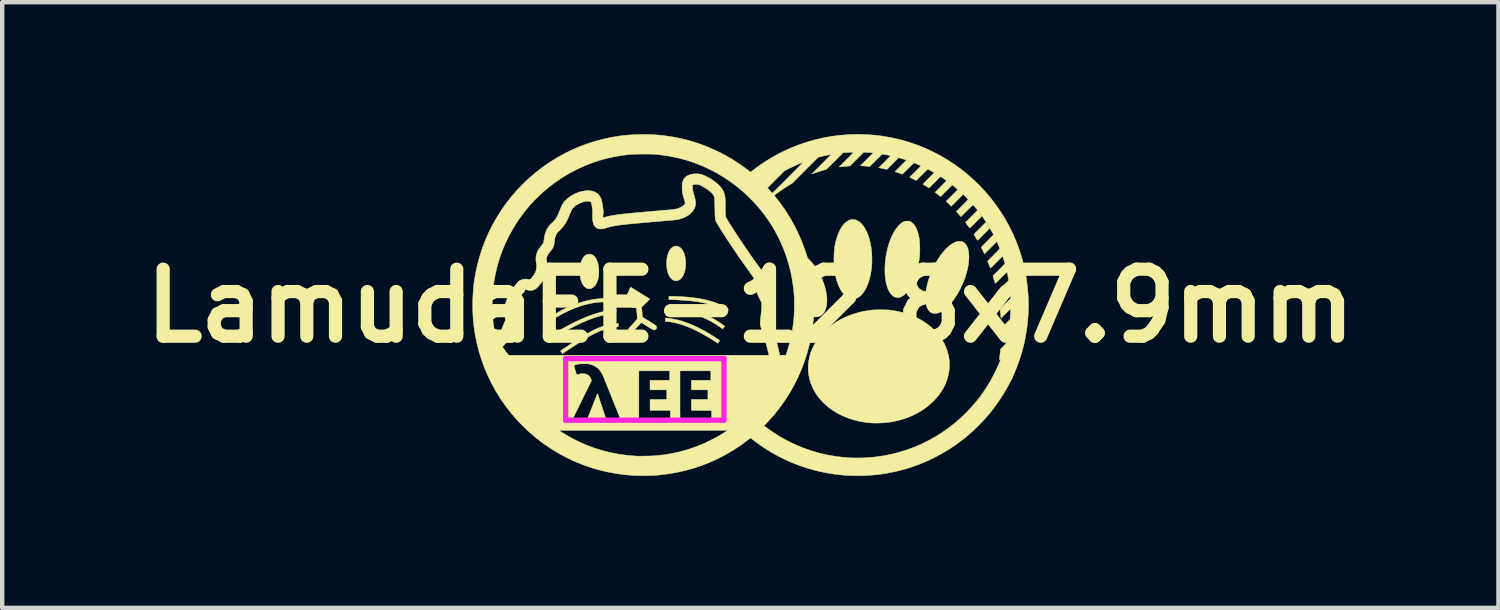
<source format=kicad_pcb>
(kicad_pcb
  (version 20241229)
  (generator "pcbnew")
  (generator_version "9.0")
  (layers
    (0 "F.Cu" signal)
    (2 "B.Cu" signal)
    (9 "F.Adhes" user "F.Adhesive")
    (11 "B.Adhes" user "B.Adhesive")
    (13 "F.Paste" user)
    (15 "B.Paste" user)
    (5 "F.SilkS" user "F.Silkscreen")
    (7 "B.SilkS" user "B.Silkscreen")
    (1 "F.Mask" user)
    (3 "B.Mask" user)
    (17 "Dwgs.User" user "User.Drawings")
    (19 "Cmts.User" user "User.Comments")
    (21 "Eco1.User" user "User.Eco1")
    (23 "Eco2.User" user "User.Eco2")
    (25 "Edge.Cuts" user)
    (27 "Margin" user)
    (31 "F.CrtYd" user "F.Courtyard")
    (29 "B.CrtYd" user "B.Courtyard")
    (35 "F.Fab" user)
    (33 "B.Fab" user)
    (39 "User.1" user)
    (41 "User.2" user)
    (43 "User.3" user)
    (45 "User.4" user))
  (footprint "LamudaEE-12.8x7.9mm"
    (layer "F.Cu")
    (at 14.014 3.906)
    (property "Reference" "LamudaEE-12.8x7.9mm" (at 0 0 0) (layer "F.SilkS") (effects (font (size 1.524 1.524) (thickness 0.3))))
    (attr exclude_from_pos_files exclude_from_bom)
    (fp_poly (pts (xy -1.899 0.277) (xy -1.783 0.293) (xy -1.664 0.317) (xy -1.543 0.351) (xy -1.419 0.394) (xy -1.292 0.446) (xy -1.162 0.508) (xy -1.028 0.579) (xy -0.936 0.633) (xy -0.907 0.651) (xy -0.876 0.67) (xy -0.844 0.69) (xy -0.812 0.71) (xy -0.782 0.73) (xy -0.755 0.747) (xy -0.732 0.763) (xy -0.714 0.775) (xy -0.703 0.783) (xy -0.699 0.787) (xy -0.7 0.792) (xy -0.707 0.804) (xy -0.716 0.819) (xy -0.718 0.821) (xy -0.739 0.851) (xy -0.815 0.801) (xy -0.94 0.722) (xy -1.064 0.65) (xy -1.185 0.585) (xy -1.303 0.528) (xy -1.419 0.478) (xy -1.531 0.437) (xy -1.639 0.403) (xy -1.742 0.378) (xy -1.815 0.365) (xy -1.843 0.362) (xy -1.869 0.359) (xy -1.891 0.356) (xy -1.906 0.356) (xy -1.906 0.356) (xy -1.93 0.356) (xy -1.93 0.274) (xy -1.899 0.277)) (stroke (width 0.01) (type solid)) (fill yes) (layer "F.SilkS"))
    (fp_poly (pts (xy -1.663 -1.359) (xy -1.629 -1.347) (xy -1.596 -1.327) (xy -1.565 -1.297) (xy -1.538 -1.258) (xy -1.524 -1.232) (xy -1.502 -1.179) (xy -1.486 -1.122) (xy -1.476 -1.061) (xy -1.471 -0.998) (xy -1.471 -0.934) (xy -1.476 -0.872) (xy -1.486 -0.812) (xy -1.501 -0.756) (xy -1.521 -0.704) (xy -1.546 -0.66) (xy -1.569 -0.63) (xy -1.599 -0.602) (xy -1.632 -0.582) (xy -1.667 -0.572) (xy -1.703 -0.57) (xy -1.73 -0.576) (xy -1.765 -0.593) (xy -1.797 -0.618) (xy -1.826 -0.652) (xy -1.85 -0.694) (xy -1.871 -0.743) (xy -1.887 -0.797) (xy -1.898 -0.858) (xy -1.904 -0.922) (xy -1.905 -0.964) (xy -1.902 -1.036) (xy -1.894 -1.1) (xy -1.88 -1.159) (xy -1.86 -1.215) (xy -1.851 -1.233) (xy -1.826 -1.277) (xy -1.797 -1.312) (xy -1.765 -1.337) (xy -1.732 -1.354) (xy -1.697 -1.361) (xy -1.663 -1.359)) (stroke (width 0.01) (type solid)) (fill yes) (layer "F.SilkS"))
    (fp_poly (pts (xy 5.381 -1.866) (xy 5.401 -1.834) (xy 5.418 -1.807) (xy 5.43 -1.786) (xy 5.438 -1.771) (xy 5.441 -1.765) (xy 5.437 -1.76) (xy 5.427 -1.749) (xy 5.412 -1.733) (xy 5.391 -1.712) (xy 5.367 -1.687) (xy 5.339 -1.659) (xy 5.309 -1.628) (xy 5.304 -1.624) (xy 5.269 -1.589) (xy 5.241 -1.56) (xy 5.218 -1.538) (xy 5.2 -1.521) (xy 5.187 -1.509) (xy 5.178 -1.501) (xy 5.171 -1.496) (xy 5.166 -1.494) (xy 5.163 -1.495) (xy 5.161 -1.497) (xy 5.16 -1.499) (xy 5.148 -1.518) (xy 5.135 -1.54) (xy 5.121 -1.562) (xy 5.109 -1.583) (xy 5.098 -1.602) (xy 5.09 -1.616) (xy 5.085 -1.624) (xy 5.085 -1.625) (xy 5.089 -1.629) (xy 5.098 -1.64) (xy 5.114 -1.656) (xy 5.134 -1.677) (xy 5.159 -1.702) (xy 5.187 -1.73) (xy 5.217 -1.76) (xy 5.222 -1.765) (xy 5.358 -1.901) (xy 5.381 -1.866)) (stroke (width 0.01) (type solid)) (fill yes) (layer "F.SilkS"))
    (fp_poly (pts (xy -3.625 -1.174) (xy -3.59 -1.16) (xy -3.559 -1.137) (xy -3.53 -1.105) (xy -3.505 -1.067) (xy -3.484 -1.02) (xy -3.467 -0.967) (xy -3.455 -0.909) (xy -3.447 -0.844) (xy -3.446 -0.813) (xy -3.446 -0.737) (xy -3.453 -0.667) (xy -3.466 -0.603) (xy -3.487 -0.543) (xy -3.497 -0.521) (xy -3.521 -0.478) (xy -3.549 -0.443) (xy -3.579 -0.416) (xy -3.612 -0.398) (xy -3.647 -0.389) (xy -3.682 -0.39) (xy -3.688 -0.391) (xy -3.719 -0.401) (xy -3.749 -0.419) (xy -3.775 -0.442) (xy -3.804 -0.478) (xy -3.828 -0.522) (xy -3.848 -0.572) (xy -3.863 -0.627) (xy -3.873 -0.686) (xy -3.879 -0.747) (xy -3.879 -0.809) (xy -3.875 -0.871) (xy -3.865 -0.931) (xy -3.851 -0.987) (xy -3.832 -1.04) (xy -3.807 -1.086) (xy -3.798 -1.099) (xy -3.77 -1.133) (xy -3.74 -1.157) (xy -3.707 -1.172) (xy -3.671 -1.178) (xy -3.662 -1.178) (xy -3.625 -1.174)) (stroke (width 0.01) (type solid)) (fill yes) (layer "F.SilkS"))
    (fp_poly (pts (xy -3.183 -0.171) (xy -3.174 -0.17) (xy -3.114 -0.167) (xy -3.114 -0.135) (xy -3.115 -0.118) (xy -3.116 -0.104) (xy -3.118 -0.099) (xy -3.124 -0.096) (xy -3.138 -0.095) (xy -3.162 -0.094) (xy -3.195 -0.093) (xy -3.237 -0.093) (xy -3.246 -0.093) (xy -3.359 -0.09) (xy -3.465 -0.082) (xy -3.569 -0.068) (xy -3.673 -0.048) (xy -3.78 -0.021) (xy -3.846 -0.002) (xy -3.926 0.025) (xy -4.01 0.058) (xy -4.097 0.095) (xy -4.184 0.135) (xy -4.267 0.177) (xy -4.344 0.22) (xy -4.345 0.22) (xy -4.409 0.258) (xy -4.429 0.225) (xy -4.45 0.191) (xy -4.41 0.168) (xy -4.282 0.095) (xy -4.15 0.031) (xy -4.016 -0.025) (xy -3.88 -0.072) (xy -3.744 -0.111) (xy -3.608 -0.14) (xy -3.473 -0.16) (xy -3.451 -0.162) (xy -3.408 -0.166) (xy -3.361 -0.169) (xy -3.312 -0.171) (xy -3.264 -0.172) (xy -3.22 -0.172) (xy -3.183 -0.171)) (stroke (width 0.01) (type solid)) (fill yes) (layer "F.SilkS"))
    (fp_poly (pts (xy -1.878 0.000052) (xy -1.862 0.001) (xy -1.838 0.002) (xy -1.808 0.005) (xy -1.774 0.008) (xy -1.739 0.011) (xy -1.705 0.015) (xy -1.676 0.018) (xy -1.53 0.041) (xy -1.386 0.073) (xy -1.245 0.114) (xy -1.108 0.164) (xy -0.975 0.222) (xy -0.847 0.288) (xy -0.725 0.362) (xy -0.673 0.398) (xy -0.65 0.414) (xy -0.629 0.429) (xy -0.612 0.442) (xy -0.6 0.451) (xy -0.6 0.451) (xy -0.583 0.466) (xy -0.604 0.493) (xy -0.616 0.507) (xy -0.624 0.517) (xy -0.629 0.522) (xy -0.629 0.522) (xy -0.634 0.519) (xy -0.646 0.512) (xy -0.663 0.501) (xy -0.684 0.486) (xy -0.696 0.478) (xy -0.767 0.429) (xy -0.846 0.381) (xy -0.928 0.335) (xy -1.012 0.292) (xy -1.093 0.254) (xy -1.128 0.24) (xy -1.242 0.198) (xy -1.362 0.161) (xy -1.486 0.13) (xy -1.61 0.106) (xy -1.733 0.09) (xy -1.796 0.084) (xy -1.82 0.082) (xy -1.845 0.08) (xy -1.865 0.078) (xy -1.866 0.078) (xy -1.895 0.075) (xy -1.895 0) (xy -1.878 0.000052)) (stroke (width 0.01) (type solid)) (fill yes) (layer "F.SilkS"))
    (fp_poly (pts (xy -1.777 -0.218) (xy -1.742 -0.217) (xy -1.702 -0.215) (xy -1.659 -0.213) (xy -1.614 -0.211) (xy -1.568 -0.209) (xy -1.522 -0.206) (xy -1.478 -0.203) (xy -1.448 -0.201) (xy -1.306 -0.187) (xy -1.173 -0.168) (xy -1.048 -0.145) (xy -0.931 -0.116) (xy -0.823 -0.082) (xy -0.723 -0.044) (xy -0.63 0.000325) (xy -0.545 0.049) (xy -0.539 0.053) (xy -0.502 0.077) (xy -0.511 0.09) (xy -0.527 0.115) (xy -0.538 0.132) (xy -0.544 0.141) (xy -0.546 0.142) (xy -0.55 0.139) (xy -0.561 0.133) (xy -0.576 0.123) (xy -0.587 0.116) (xy -0.661 0.074) (xy -0.743 0.034) (xy -0.83 -0.001) (xy -0.921 -0.032) (xy -0.941 -0.037) (xy -1.01 -0.056) (xy -1.083 -0.072) (xy -1.159 -0.087) (xy -1.24 -0.1) (xy -1.325 -0.111) (xy -1.418 -0.12) (xy -1.517 -0.128) (xy -1.625 -0.134) (xy -1.742 -0.14) (xy -1.759 -0.14) (xy -1.854 -0.144) (xy -1.854 -0.177) (xy -1.854 -0.195) (xy -1.852 -0.209) (xy -1.85 -0.216) (xy -1.844 -0.217) (xy -1.829 -0.218) (xy -1.806 -0.218) (xy -1.777 -0.218)) (stroke (width 0.01) (type solid)) (fill yes) (layer "F.SilkS"))
    (fp_poly (pts (xy -3.055 0.133) (xy -3.057 0.151) (xy -3.058 0.164) (xy -3.059 0.17) (xy -3.06 0.171) (xy -3.065 0.171) (xy -3.078 0.173) (xy -3.098 0.174) (xy -3.123 0.176) (xy -3.132 0.177) (xy -3.232 0.189) (xy -3.338 0.209) (xy -3.449 0.238) (xy -3.565 0.275) (xy -3.687 0.32) (xy -3.815 0.374) (xy -3.948 0.436) (xy -4.087 0.507) (xy -4.232 0.585) (xy -4.381 0.672) (xy -4.406 0.687) (xy -4.428 0.7) (xy -4.446 0.71) (xy -4.457 0.717) (xy -4.461 0.719) (xy -4.464 0.716) (xy -4.472 0.706) (xy -4.481 0.691) (xy -4.483 0.688) (xy -4.492 0.671) (xy -4.497 0.658) (xy -4.498 0.651) (xy -4.498 0.651) (xy -4.492 0.647) (xy -4.479 0.639) (xy -4.46 0.627) (xy -4.437 0.613) (xy -4.412 0.598) (xy -4.273 0.518) (xy -4.138 0.445) (xy -4.007 0.378) (xy -3.881 0.318) (xy -3.759 0.265) (xy -3.642 0.219) (xy -3.531 0.181) (xy -3.426 0.15) (xy -3.327 0.126) (xy -3.278 0.117) (xy -3.234 0.11) (xy -3.189 0.104) (xy -3.146 0.1) (xy -3.109 0.097) (xy -3.082 0.097) (xy -3.052 0.097) (xy -3.055 0.133)) (stroke (width 0.01) (type solid)) (fill yes) (layer "F.SilkS"))
    (fp_poly (pts (xy -3.002 0.439) (xy -3.002 0.458) (xy -3.003 0.47) (xy -3.006 0.476) (xy -3.01 0.478) (xy -3.014 0.478) (xy -3.072 0.481) (xy -3.136 0.49) (xy -3.204 0.503) (xy -3.271 0.521) (xy -3.312 0.533) (xy -3.36 0.55) (xy -3.407 0.567) (xy -3.454 0.587) (xy -3.501 0.608) (xy -3.551 0.632) (xy -3.602 0.659) (xy -3.656 0.689) (xy -3.715 0.724) (xy -3.778 0.762) (xy -3.846 0.805) (xy -3.92 0.853) (xy -4.002 0.907) (xy -4.036 0.929) (xy -4.077 0.957) (xy -4.116 0.983) (xy -4.153 1.007) (xy -4.185 1.028) (xy -4.213 1.047) (xy -4.235 1.061) (xy -4.25 1.071) (xy -4.258 1.076) (xy -4.277 1.088) (xy -4.297 1.056) (xy -4.308 1.039) (xy -4.313 1.029) (xy -4.314 1.023) (xy -4.311 1.019) (xy -4.309 1.017) (xy -4.299 1.01) (xy -4.281 0.998) (xy -4.257 0.981) (xy -4.227 0.962) (xy -4.193 0.939) (xy -4.155 0.914) (xy -4.115 0.887) (xy -4.072 0.859) (xy -4.03 0.831) (xy -3.987 0.803) (xy -3.946 0.776) (xy -3.907 0.751) (xy -3.872 0.728) (xy -3.841 0.708) (xy -3.815 0.691) (xy -3.795 0.679) (xy -3.785 0.672) (xy -3.683 0.614) (xy -3.586 0.563) (xy -3.495 0.519) (xy -3.407 0.483) (xy -3.323 0.454) (xy -3.241 0.431) (xy -3.162 0.415) (xy -3.083 0.405) (xy -3.058 0.403) (xy -3.002 0.4) (xy -3.002 0.439)) (stroke (width 0.01) (type solid)) (fill yes) (layer "F.SilkS"))
    (fp_poly (pts (xy 4.774 -1.467) (xy 4.799 -1.465) (xy 4.818 -1.46) (xy 4.836 -1.453) (xy 4.841 -1.45) (xy 4.875 -1.426) (xy 4.904 -1.393) (xy 4.928 -1.353) (xy 4.946 -1.306) (xy 4.96 -1.252) (xy 4.968 -1.192) (xy 4.972 -1.127) (xy 4.97 -1.056) (xy 4.963 -0.981) (xy 4.951 -0.903) (xy 4.934 -0.821) (xy 4.912 -0.736) (xy 4.884 -0.649) (xy 4.852 -0.56) (xy 4.843 -0.538) (xy 4.804 -0.45) (xy 4.762 -0.364) (xy 4.716 -0.282) (xy 4.668 -0.205) (xy 4.618 -0.133) (xy 4.566 -0.067) (xy 4.513 -0.008) (xy 4.459 0.045) (xy 4.406 0.089) (xy 4.353 0.125) (xy 4.301 0.151) (xy 4.294 0.154) (xy 4.271 0.162) (xy 4.25 0.167) (xy 4.228 0.17) (xy 4.206 0.171) (xy 4.184 0.171) (xy 4.164 0.171) (xy 4.149 0.169) (xy 4.145 0.168) (xy 4.108 0.151) (xy 4.075 0.125) (xy 4.047 0.09) (xy 4.023 0.049) (xy 4.005 0.000223) (xy 4.001 -0.015) (xy 3.989 -0.083) (xy 3.984 -0.156) (xy 3.985 -0.236) (xy 3.993 -0.321) (xy 4.007 -0.41) (xy 4.028 -0.502) (xy 4.055 -0.597) (xy 4.087 -0.694) (xy 4.106 -0.742) (xy 4.144 -0.832) (xy 4.186 -0.918) (xy 4.232 -1.001) (xy 4.28 -1.08) (xy 4.33 -1.153) (xy 4.383 -1.221) (xy 4.436 -1.282) (xy 4.49 -1.335) (xy 4.544 -1.381) (xy 4.597 -1.417) (xy 4.635 -1.437) (xy 4.674 -1.454) (xy 4.709 -1.464) (xy 4.745 -1.468) (xy 4.774 -1.467)) (stroke (width 0.01) (type solid)) (fill yes) (layer "F.SilkS"))
    (fp_poly (pts (xy 2.355 -1.964) (xy 2.399 -1.954) (xy 2.442 -1.935) (xy 2.485 -1.906) (xy 2.517 -1.878) (xy 2.563 -1.825) (xy 2.605 -1.764) (xy 2.642 -1.694) (xy 2.675 -1.616) (xy 2.703 -1.531) (xy 2.727 -1.437) (xy 2.746 -1.337) (xy 2.756 -1.257) (xy 2.76 -1.22) (xy 2.762 -1.175) (xy 2.764 -1.125) (xy 2.765 -1.073) (xy 2.765 -1.021) (xy 2.764 -0.972) (xy 2.762 -0.927) (xy 2.759 -0.89) (xy 2.759 -0.886) (xy 2.744 -0.776) (xy 2.724 -0.672) (xy 2.699 -0.576) (xy 2.669 -0.489) (xy 2.634 -0.409) (xy 2.594 -0.339) (xy 2.59 -0.332) (xy 2.55 -0.278) (xy 2.509 -0.234) (xy 2.466 -0.199) (xy 2.422 -0.175) (xy 2.377 -0.16) (xy 2.33 -0.155) (xy 2.298 -0.158) (xy 2.254 -0.169) (xy 2.212 -0.19) (xy 2.17 -0.22) (xy 2.131 -0.259) (xy 2.093 -0.305) (xy 2.058 -0.359) (xy 2.025 -0.42) (xy 1.996 -0.488) (xy 1.97 -0.561) (xy 1.948 -0.64) (xy 1.929 -0.724) (xy 1.923 -0.758) (xy 1.915 -0.808) (xy 1.909 -0.854) (xy 1.905 -0.898) (xy 1.902 -0.943) (xy 1.901 -0.99) (xy 1.901 -1.043) (xy 1.901 -1.103) (xy 1.901 -1.104) (xy 1.904 -1.188) (xy 1.91 -1.264) (xy 1.918 -1.334) (xy 1.929 -1.401) (xy 1.944 -1.467) (xy 1.963 -1.534) (xy 1.976 -1.575) (xy 2.004 -1.65) (xy 2.035 -1.718) (xy 2.069 -1.779) (xy 2.105 -1.831) (xy 2.143 -1.874) (xy 2.184 -1.91) (xy 2.225 -1.937) (xy 2.268 -1.955) (xy 2.311 -1.964) (xy 2.355 -1.964)) (stroke (width 0.01) (type solid)) (fill yes) (layer "F.SilkS"))
    (fp_poly (pts (xy 3.568 -1.928) (xy 3.594 -1.927) (xy 3.612 -1.926) (xy 3.625 -1.923) (xy 3.637 -1.918) (xy 3.64 -1.917) (xy 3.68 -1.89) (xy 3.716 -1.854) (xy 3.748 -1.81) (xy 3.777 -1.756) (xy 3.801 -1.694) (xy 3.821 -1.623) (xy 3.838 -1.542) (xy 3.844 -1.506) (xy 3.847 -1.476) (xy 3.85 -1.437) (xy 3.852 -1.393) (xy 3.854 -1.346) (xy 3.855 -1.297) (xy 3.855 -1.25) (xy 3.854 -1.207) (xy 3.852 -1.169) (xy 3.851 -1.161) (xy 3.84 -1.06) (xy 3.825 -0.962) (xy 3.806 -0.867) (xy 3.784 -0.775) (xy 3.757 -0.688) (xy 3.727 -0.605) (xy 3.695 -0.529) (xy 3.66 -0.458) (xy 3.622 -0.394) (xy 3.582 -0.337) (xy 3.54 -0.289) (xy 3.497 -0.249) (xy 3.452 -0.218) (xy 3.431 -0.207) (xy 3.409 -0.198) (xy 3.39 -0.193) (xy 3.368 -0.19) (xy 3.356 -0.19) (xy 3.334 -0.19) (xy 3.316 -0.19) (xy 3.303 -0.192) (xy 3.302 -0.192) (xy 3.263 -0.211) (xy 3.226 -0.238) (xy 3.194 -0.274) (xy 3.164 -0.317) (xy 3.138 -0.368) (xy 3.116 -0.425) (xy 3.097 -0.488) (xy 3.082 -0.557) (xy 3.071 -0.63) (xy 3.063 -0.708) (xy 3.06 -0.789) (xy 3.06 -0.873) (xy 3.065 -0.96) (xy 3.073 -1.048) (xy 3.086 -1.137) (xy 3.103 -1.227) (xy 3.124 -1.317) (xy 3.15 -1.406) (xy 3.16 -1.438) (xy 3.195 -1.532) (xy 3.233 -1.617) (xy 3.274 -1.693) (xy 3.319 -1.76) (xy 3.368 -1.819) (xy 3.385 -1.837) (xy 3.409 -1.86) (xy 3.428 -1.877) (xy 3.446 -1.89) (xy 3.463 -1.901) (xy 3.477 -1.908) (xy 3.496 -1.917) (xy 3.511 -1.923) (xy 3.525 -1.926) (xy 3.541 -1.928) (xy 3.563 -1.928) (xy 3.568 -1.928)) (stroke (width 0.01) (type solid)) (fill yes) (layer "F.SilkS"))
    (fp_poly (pts (xy 3.007 0.089) (xy 3.053 0.09) (xy 3.096 0.091) (xy 3.132 0.093) (xy 3.161 0.095) (xy 3.167 0.095) (xy 3.304 0.116) (xy 3.436 0.144) (xy 3.562 0.18) (xy 3.683 0.224) (xy 3.797 0.275) (xy 3.905 0.335) (xy 3.935 0.354) (xy 4.033 0.421) (xy 4.123 0.494) (xy 4.204 0.572) (xy 4.277 0.653) (xy 4.341 0.74) (xy 4.396 0.83) (xy 4.441 0.924) (xy 4.478 1.021) (xy 4.505 1.122) (xy 4.519 1.2) (xy 4.522 1.231) (xy 4.524 1.268) (xy 4.526 1.311) (xy 4.526 1.355) (xy 4.525 1.397) (xy 4.524 1.436) (xy 4.521 1.467) (xy 4.521 1.468) (xy 4.503 1.571) (xy 4.475 1.672) (xy 4.438 1.771) (xy 4.391 1.867) (xy 4.335 1.959) (xy 4.27 2.049) (xy 4.195 2.134) (xy 4.161 2.169) (xy 4.069 2.253) (xy 3.97 2.331) (xy 3.864 2.4) (xy 3.752 2.462) (xy 3.634 2.517) (xy 3.51 2.563) (xy 3.382 2.601) (xy 3.248 2.631) (xy 3.235 2.634) (xy 3.166 2.645) (xy 3.091 2.653) (xy 3.013 2.66) (xy 2.934 2.664) (xy 2.857 2.665) (xy 2.786 2.664) (xy 2.746 2.662) (xy 2.608 2.647) (xy 2.475 2.624) (xy 2.347 2.592) (xy 2.223 2.552) (xy 2.105 2.504) (xy 1.992 2.448) (xy 1.885 2.383) (xy 1.785 2.311) (xy 1.742 2.277) (xy 1.66 2.202) (xy 1.586 2.122) (xy 1.521 2.038) (xy 1.464 1.951) (xy 1.417 1.86) (xy 1.378 1.766) (xy 1.348 1.67) (xy 1.328 1.572) (xy 1.317 1.473) (xy 1.316 1.372) (xy 1.325 1.272) (xy 1.343 1.171) (xy 1.37 1.074) (xy 1.407 0.976) (xy 1.455 0.88) (xy 1.511 0.788) (xy 1.577 0.699) (xy 1.651 0.614) (xy 1.734 0.533) (xy 1.825 0.457) (xy 1.853 0.436) (xy 1.956 0.365) (xy 2.066 0.302) (xy 2.182 0.247) (xy 2.304 0.199) (xy 2.431 0.159) (xy 2.562 0.127) (xy 2.697 0.104) (xy 2.761 0.096) (xy 2.789 0.093) (xy 2.824 0.092) (xy 2.866 0.09) (xy 2.911 0.089) (xy 2.959 0.089) (xy 3.007 0.089)) (stroke (width 0.01) (type solid)) (fill yes) (layer "F.SilkS"))
    (fp_poly (pts (xy -2.718 -0.423) (xy -2.705 -0.415) (xy -2.685 -0.403) (xy -2.659 -0.387) (xy -2.628 -0.368) (xy -2.593 -0.346) (xy -2.554 -0.322) (xy -2.512 -0.295) (xy -2.502 -0.29) (xy -2.286 -0.155) (xy -2.379 -0.064) (xy -2.473 0.028) (xy -2.463 0.142) (xy -2.461 0.174) (xy -2.458 0.204) (xy -2.456 0.228) (xy -2.454 0.245) (xy -2.453 0.255) (xy -2.452 0.256) (xy -2.448 0.259) (xy -2.436 0.267) (xy -2.417 0.278) (xy -2.393 0.294) (xy -2.363 0.312) (xy -2.331 0.332) (xy -2.301 0.35) (xy -2.266 0.372) (xy -2.233 0.393) (xy -2.203 0.412) (xy -2.178 0.428) (xy -2.159 0.441) (xy -2.147 0.449) (xy -2.143 0.453) (xy -2.133 0.471) (xy -2.131 0.493) (xy -2.136 0.514) (xy -2.147 0.532) (xy -2.159 0.541) (xy -2.169 0.546) (xy -2.178 0.548) (xy -2.187 0.548) (xy -2.198 0.546) (xy -2.212 0.541) (xy -2.23 0.532) (xy -2.253 0.519) (xy -2.282 0.502) (xy -2.317 0.48) (xy -2.339 0.467) (xy -2.373 0.446) (xy -2.403 0.427) (xy -2.43 0.411) (xy -2.452 0.398) (xy -2.468 0.388) (xy -2.478 0.384) (xy -2.479 0.383) (xy -2.485 0.386) (xy -2.496 0.397) (xy -2.513 0.414) (xy -2.535 0.437) (xy -2.561 0.465) (xy -2.588 0.495) (xy -2.614 0.524) (xy -2.639 0.551) (xy -2.66 0.574) (xy -2.678 0.593) (xy -2.692 0.606) (xy -2.7 0.614) (xy -2.701 0.614) (xy -2.724 0.619) (xy -2.747 0.615) (xy -2.757 0.61) (xy -2.773 0.597) (xy -2.782 0.58) (xy -2.784 0.56) (xy -2.784 0.553) (xy -2.783 0.547) (xy -2.781 0.541) (xy -2.777 0.533) (xy -2.77 0.524) (xy -2.76 0.511) (xy -2.746 0.495) (xy -2.728 0.473) (xy -2.703 0.446) (xy -2.673 0.413) (xy -2.672 0.411) (xy -2.648 0.384) (xy -2.626 0.36) (xy -2.606 0.338) (xy -2.591 0.321) (xy -2.581 0.309) (xy -2.576 0.304) (xy -2.574 0.299) (xy -2.573 0.292) (xy -2.572 0.281) (xy -2.573 0.264) (xy -2.574 0.241) (xy -2.576 0.209) (xy -2.578 0.177) (xy -2.581 0.142) (xy -2.584 0.111) (xy -2.587 0.085) (xy -2.59 0.066) (xy -2.592 0.055) (xy -2.593 0.053) (xy -2.599 0.05) (xy -2.614 0.046) (xy -2.636 0.04) (xy -2.665 0.034) (xy -2.698 0.026) (xy -2.734 0.018) (xy -2.746 0.015) (xy -2.783 0.007) (xy -2.817 -0.001) (xy -2.847 -0.007) (xy -2.871 -0.013) (xy -2.888 -0.017) (xy -2.896 -0.02) (xy -2.897 -0.02) (xy -2.896 -0.026) (xy -2.891 -0.039) (xy -2.884 -0.059) (xy -2.873 -0.085) (xy -2.86 -0.116) (xy -2.846 -0.15) (xy -2.831 -0.186) (xy -2.815 -0.224) (xy -2.798 -0.261) (xy -2.782 -0.297) (xy -2.767 -0.331) (xy -2.754 -0.362) (xy -2.742 -0.388) (xy -2.732 -0.408) (xy -2.726 -0.421) (xy -2.723 -0.426) (xy -2.722 -0.426) (xy -2.718 -0.423)) (stroke (width 0.01) (type solid)) (fill yes) (layer "F.SilkS"))
    (fp_poly (pts (xy 2.644 -3.896) (xy 2.84 -3.881) (xy 3.036 -3.856) (xy 3.232 -3.82) (xy 3.236 -3.82) (xy 3.426 -3.775) (xy 3.612 -3.721) (xy 3.795 -3.658) (xy 3.973 -3.587) (xy 4.147 -3.506) (xy 4.317 -3.418) (xy 4.482 -3.321) (xy 4.641 -3.217) (xy 4.795 -3.105) (xy 4.944 -2.985) (xy 5.086 -2.859) (xy 5.222 -2.726) (xy 5.351 -2.587) (xy 5.474 -2.441) (xy 5.589 -2.29) (xy 5.698 -2.132) (xy 5.798 -1.97) (xy 5.891 -1.802) (xy 5.975 -1.629) (xy 6.051 -1.452) (xy 6.118 -1.27) (xy 6.176 -1.085) (xy 6.2 -0.996) (xy 6.245 -0.801) (xy 6.28 -0.605) (xy 6.305 -0.408) (xy 6.32 -0.211) (xy 6.325 -0.013) (xy 6.319 0.185) (xy 6.304 0.383) (xy 6.278 0.581) (xy 6.242 0.778) (xy 6.236 0.81) (xy 6.207 0.931) (xy 6.173 1.057) (xy 6.133 1.184) (xy 6.09 1.31) (xy 6.044 1.432) (xy 5.996 1.546) (xy 5.989 1.562) (xy 5.978 1.587) (xy 5.968 1.61) (xy 5.96 1.63) (xy 5.956 1.642) (xy 5.956 1.644) (xy 5.952 1.657) (xy 5.947 1.665) (xy 5.946 1.665) (xy 5.941 1.671) (xy 5.933 1.684) (xy 5.924 1.701) (xy 5.918 1.712) (xy 5.849 1.843) (xy 5.772 1.975) (xy 5.689 2.107) (xy 5.602 2.234) (xy 5.512 2.356) (xy 5.448 2.436) (xy 5.325 2.579) (xy 5.194 2.717) (xy 5.056 2.849) (xy 4.913 2.974) (xy 4.859 3.018) (xy 4.703 3.136) (xy 4.541 3.247) (xy 4.374 3.348) (xy 4.203 3.441) (xy 4.027 3.525) (xy 3.848 3.6) (xy 3.665 3.666) (xy 3.478 3.723) (xy 3.289 3.77) (xy 3.098 3.808) (xy 2.904 3.836) (xy 2.709 3.854) (xy 2.512 3.863) (xy 2.314 3.861) (xy 2.294 3.861) (xy 2.098 3.848) (xy 1.903 3.826) (xy 1.71 3.794) (xy 1.519 3.752) (xy 1.33 3.701) (xy 1.144 3.641) (xy 0.962 3.571) (xy 0.784 3.492) (xy 0.61 3.404) (xy 0.518 3.353) (xy 0.411 3.289) (xy 0.305 3.221) (xy 0.201 3.15) (xy 0.102 3.078) (xy 0.039 3.029) (xy 0.005 3.002) (xy -0.06 3.052) (xy -0.219 3.17) (xy -0.384 3.278) (xy -0.553 3.378) (xy -0.727 3.469) (xy -0.904 3.55) (xy -1.086 3.623) (xy -1.272 3.686) (xy -1.461 3.739) (xy -1.654 3.784) (xy -1.85 3.818) (xy -2.048 3.844) (xy -2.192 3.856) (xy -2.226 3.857) (xy -2.268 3.859) (xy -2.316 3.86) (xy -2.369 3.86) (xy -2.423 3.861) (xy -2.479 3.86) (xy -2.532 3.86) (xy -2.583 3.859) (xy -2.627 3.858) (xy -2.665 3.856) (xy -2.675 3.856) (xy -2.875 3.838) (xy -3.073 3.81) (xy -3.267 3.773) (xy -3.459 3.726) (xy -3.647 3.67) (xy -3.832 3.604) (xy -4.013 3.529) (xy -4.19 3.445) (xy -4.363 3.351) (xy -4.531 3.248) (xy -4.696 3.137) (xy -4.763 3.087) (xy -4.918 2.964) (xy -5.066 2.834) (xy -5.071 2.83) (xy -4.356 2.83) (xy -4.315 2.857) (xy -4.297 2.869) (xy -4.272 2.885) (xy -4.243 2.902) (xy -4.214 2.92) (xy -4.198 2.93) (xy -4.036 3.022) (xy -3.87 3.104) (xy -3.701 3.177) (xy -3.528 3.24) (xy -3.352 3.294) (xy -3.173 3.338) (xy -2.989 3.373) (xy -2.802 3.399) (xy -2.611 3.415) (xy -2.601 3.416) (xy -2.577 3.417) (xy -2.545 3.417) (xy -2.506 3.417) (xy -2.462 3.417) (xy -2.414 3.416) (xy -2.365 3.415) (xy -2.316 3.414) (xy -2.269 3.413) (xy -2.226 3.411) (xy -2.188 3.41) (xy -2.156 3.408) (xy -2.139 3.406) (xy -1.96 3.386) (xy -1.786 3.357) (xy -1.617 3.32) (xy -1.451 3.275) (xy -1.286 3.221) (xy -1.122 3.158) (xy -1.119 3.157) (xy -1.081 3.141) (xy -1.037 3.121) (xy -0.987 3.097) (xy -0.936 3.072) (xy -0.883 3.046) (xy -0.832 3.02) (xy -0.785 2.995) (xy -0.744 2.973) (xy -0.726 2.963) (xy -0.7 2.948) (xy -0.672 2.931) (xy -0.643 2.913) (xy -0.614 2.895) (xy -0.587 2.878) (xy -0.563 2.863) (xy -0.542 2.849) (xy -0.527 2.839) (xy -0.519 2.833) (xy -0.518 2.832) (xy -0.523 2.831) (xy -0.538 2.831) (xy -0.562 2.831) (xy -0.596 2.831) (xy -0.638 2.831) (xy -0.688 2.831) (xy -0.747 2.831) (xy -0.813 2.831) (xy -0.887 2.83) (xy -0.968 2.83) (xy -1.055 2.83) (xy -1.149 2.83) (xy -1.249 2.83) (xy -1.354 2.83) (xy -1.464 2.83) (xy -1.58 2.83) (xy -1.7 2.83) (xy -1.824 2.83) (xy -1.952 2.83) (xy -2.084 2.83) (xy -2.218 2.83) (xy -2.356 2.83) (xy -2.437 2.83) (xy -4.356 2.83) (xy -5.071 2.83) (xy -5.177 2.727) (xy 0.309 2.727) (xy 0.367 2.77) (xy 0.52 2.878) (xy 0.679 2.978) (xy 0.842 3.068) (xy 1.01 3.15) (xy 1.181 3.222) (xy 1.356 3.285) (xy 1.534 3.339) (xy 1.704 3.38) (xy 1.804 3.4) (xy 1.903 3.417) (xy 2.003 3.431) (xy 2.108 3.443) (xy 2.219 3.452) (xy 2.283 3.456) (xy 2.309 3.457) (xy 2.343 3.458) (xy 2.383 3.458) (xy 2.427 3.458) (xy 2.473 3.458) (xy 2.518 3.458) (xy 2.56 3.457) (xy 2.598 3.456) (xy 2.629 3.455) (xy 2.634 3.454) (xy 2.824 3.438) (xy 3.012 3.412) (xy 3.196 3.377) (xy 3.377 3.331) (xy 3.555 3.276) (xy 3.73 3.212) (xy 3.901 3.138) (xy 4.069 3.054) (xy 4.233 2.961) (xy 4.376 2.87) (xy 4.519 2.769) (xy 4.657 2.66) (xy 4.792 2.542) (xy 4.92 2.418) (xy 5.043 2.287) (xy 5.158 2.152) (xy 5.233 2.055) (xy 5.324 1.926) (xy 5.411 1.79) (xy 5.493 1.648) (xy 5.568 1.504) (xy 5.635 1.36) (xy 5.67 1.276) (xy 5.679 1.253) (xy 5.687 1.233) (xy 5.692 1.218) (xy 5.695 1.211) (xy 5.695 1.211) (xy 5.692 1.211) (xy 5.684 1.217) (xy 5.683 1.219) (xy 5.671 1.23) (xy 5.668 1.216) (xy 5.668 1.207) (xy 5.669 1.19) (xy 5.671 1.166) (xy 5.673 1.137) (xy 5.677 1.104) (xy 5.678 1.093) (xy 5.691 0.983) (xy 5.749 0.924) (xy 5.808 0.865) (xy 5.82 0.815) (xy 5.825 0.791) (xy 5.832 0.763) (xy 5.838 0.733) (xy 5.845 0.701) (xy 5.852 0.67) (xy 5.857 0.641) (xy 5.862 0.616) (xy 5.866 0.598) (xy 5.867 0.587) (xy 5.867 0.585) (xy 5.864 0.586) (xy 5.854 0.593) (xy 5.839 0.607) (xy 5.82 0.625) (xy 5.796 0.648) (xy 5.787 0.657) (xy 5.707 0.737) (xy 5.709 0.621) (xy 5.71 0.505) (xy 5.809 0.406) (xy 5.907 0.307) (xy 5.91 0.263) (xy 5.911 0.241) (xy 5.913 0.212) (xy 5.915 0.18) (xy 5.916 0.148) (xy 5.916 0.141) (xy 5.919 0.064) (xy 5.81 0.172) (xy 5.701 0.281) (xy 5.698 0.253) (xy 5.696 0.238) (xy 5.694 0.216) (xy 5.691 0.189) (xy 5.688 0.159) (xy 5.687 0.15) (xy 5.679 0.074) (xy 5.919 -0.166) (xy 5.913 -0.252) (xy 5.911 -0.282) (xy 5.908 -0.31) (xy 5.906 -0.333) (xy 5.905 -0.35) (xy 5.904 -0.357) (xy 5.9 -0.376) (xy 5.776 -0.251) (xy 5.652 -0.127) (xy 5.633 -0.222) (xy 5.614 -0.318) (xy 5.874 -0.578) (xy 5.87 -0.605) (xy 5.868 -0.62) (xy 5.864 -0.642) (xy 5.86 -0.666) (xy 5.855 -0.693) (xy 5.85 -0.718) (xy 5.845 -0.74) (xy 5.842 -0.757) (xy 5.839 -0.767) (xy 5.839 -0.767) (xy 5.835 -0.766) (xy 5.824 -0.757) (xy 5.806 -0.741) (xy 5.781 -0.718) (xy 5.749 -0.687) (xy 5.711 -0.649) (xy 5.702 -0.64) (xy 5.668 -0.606) (xy 5.64 -0.578) (xy 5.618 -0.556) (xy 5.6 -0.539) (xy 5.588 -0.528) (xy 5.578 -0.52) (xy 5.572 -0.516) (xy 5.569 -0.515) (xy 5.566 -0.516) (xy 5.565 -0.519) (xy 5.565 -0.521) (xy 5.562 -0.531) (xy 5.557 -0.549) (xy 5.55 -0.572) (xy 5.543 -0.598) (xy 5.539 -0.61) (xy 5.517 -0.683) (xy 5.655 -0.821) (xy 5.792 -0.959) (xy 5.767 -1.041) (xy 5.758 -1.068) (xy 5.75 -1.092) (xy 5.744 -1.111) (xy 5.74 -1.123) (xy 5.738 -1.127) (xy 5.734 -1.124) (xy 5.723 -1.115) (xy 5.707 -1.1) (xy 5.686 -1.08) (xy 5.662 -1.056) (xy 5.634 -1.029) (xy 5.603 -0.998) (xy 5.598 -0.993) (xy 5.568 -0.963) (xy 5.539 -0.935) (xy 5.514 -0.91) (xy 5.493 -0.889) (xy 5.476 -0.873) (xy 5.465 -0.863) (xy 5.46 -0.859) (xy 5.46 -0.859) (xy 5.457 -0.864) (xy 5.452 -0.877) (xy 5.444 -0.896) (xy 5.434 -0.92) (xy 5.427 -0.94) (xy 5.396 -1.019) (xy 5.536 -1.159) (xy 5.573 -1.196) (xy 5.603 -1.226) (xy 5.626 -1.251) (xy 5.645 -1.27) (xy 5.658 -1.285) (xy 5.666 -1.296) (xy 5.671 -1.303) (xy 5.672 -1.308) (xy 5.672 -1.309) (xy 5.669 -1.317) (xy 5.663 -1.332) (xy 5.654 -1.353) (xy 5.644 -1.377) (xy 5.638 -1.391) (xy 5.607 -1.464) (xy 5.466 -1.323) (xy 5.325 -1.182) (xy 5.287 -1.258) (xy 5.25 -1.333) (xy 5.391 -1.476) (xy 5.532 -1.618) (xy 5.495 -1.684) (xy 5.449 -1.765) (xy 5.403 -1.84) (xy 5.356 -1.915) (xy 5.337 -1.943) (xy 5.317 -1.973) (xy 5.297 -2.003) (xy 5.277 -2.031) (xy 5.259 -2.057) (xy 5.243 -2.078) (xy 5.23 -2.095) (xy 5.222 -2.105) (xy 5.219 -2.108) (xy 5.22 -2.104) (xy 5.227 -2.094) (xy 5.236 -2.08) (xy 5.24 -2.075) (xy 5.264 -2.041) (xy 5.126 -1.903) (xy 5.09 -1.868) (xy 5.061 -1.839) (xy 5.038 -1.816) (xy 5.019 -1.798) (xy 5.006 -1.786) (xy 4.996 -1.778) (xy 4.989 -1.774) (xy 4.985 -1.773) (xy 4.983 -1.774) (xy 4.978 -1.781) (xy 4.969 -1.794) (xy 4.956 -1.813) (xy 4.94 -1.833) (xy 4.935 -1.84) (xy 4.893 -1.897) (xy 5.029 -2.035) (xy 5.06 -2.065) (xy 5.088 -2.094) (xy 5.113 -2.12) (xy 5.134 -2.141) (xy 5.151 -2.159) (xy 5.162 -2.17) (xy 5.166 -2.176) (xy 5.166 -2.176) (xy 5.163 -2.181) (xy 5.155 -2.192) (xy 5.143 -2.208) (xy 5.128 -2.226) (xy 5.113 -2.245) (xy 5.098 -2.263) (xy 5.084 -2.279) (xy 5.074 -2.29) (xy 5.069 -2.295) (xy 5.065 -2.295) (xy 5.059 -2.292) (xy 5.05 -2.285) (xy 5.037 -2.273) (xy 5.019 -2.257) (xy 4.996 -2.235) (xy 4.968 -2.206) (xy 4.932 -2.171) (xy 4.925 -2.165) (xy 4.789 -2.028) (xy 4.737 -2.087) (xy 4.685 -2.146) (xy 4.819 -2.281) (xy 4.849 -2.311) (xy 4.877 -2.34) (xy 4.902 -2.365) (xy 4.922 -2.387) (xy 4.938 -2.404) (xy 4.949 -2.415) (xy 4.953 -2.421) (xy 4.953 -2.421) (xy 4.95 -2.426) (xy 4.94 -2.437) (xy 4.926 -2.452) (xy 4.908 -2.471) (xy 4.897 -2.482) (xy 4.841 -2.537) (xy 4.569 -2.266) (xy 4.453 -2.378) (xy 4.721 -2.646) (xy 4.659 -2.697) (xy 4.637 -2.714) (xy 4.619 -2.729) (xy 4.604 -2.741) (xy 4.595 -2.747) (xy 4.593 -2.748) (xy 4.589 -2.745) (xy 4.578 -2.735) (xy 4.562 -2.719) (xy 4.541 -2.699) (xy 4.517 -2.675) (xy 4.489 -2.647) (xy 4.459 -2.617) (xy 4.458 -2.617) (xy 4.327 -2.485) (xy 4.264 -2.534) (xy 4.202 -2.583) (xy 4.332 -2.714) (xy 4.366 -2.748) (xy 4.394 -2.776) (xy 4.416 -2.799) (xy 4.432 -2.816) (xy 4.444 -2.829) (xy 4.451 -2.838) (xy 4.455 -2.845) (xy 4.456 -2.849) (xy 4.455 -2.852) (xy 4.455 -2.852) (xy 4.448 -2.857) (xy 4.435 -2.867) (xy 4.416 -2.88) (xy 4.395 -2.895) (xy 4.387 -2.9) (xy 4.326 -2.941) (xy 4.196 -2.812) (xy 4.166 -2.782) (xy 4.139 -2.755) (xy 4.114 -2.731) (xy 4.094 -2.711) (xy 4.078 -2.695) (xy 4.067 -2.686) (xy 4.063 -2.682) (xy 4.058 -2.685) (xy 4.047 -2.692) (xy 4.03 -2.702) (xy 4.01 -2.714) (xy 3.989 -2.727) (xy 3.969 -2.74) (xy 3.95 -2.751) (xy 3.936 -2.76) (xy 3.928 -2.766) (xy 3.927 -2.767) (xy 3.93 -2.771) (xy 3.939 -2.781) (xy 3.954 -2.797) (xy 3.974 -2.817) (xy 3.998 -2.842) (xy 4.025 -2.869) (xy 4.054 -2.898) (xy 4.083 -2.928) (xy 4.11 -2.955) (xy 4.134 -2.98) (xy 4.154 -3) (xy 4.169 -3.016) (xy 4.178 -3.026) (xy 4.181 -3.029) (xy 4.175 -3.033) (xy 4.162 -3.041) (xy 4.144 -3.051) (xy 4.123 -3.063) (xy 4.101 -3.075) (xy 4.081 -3.086) (xy 4.07 -3.092) (xy 4.033 -3.111) (xy 3.903 -2.981) (xy 3.772 -2.851) (xy 3.697 -2.888) (xy 3.623 -2.925) (xy 3.752 -3.053) (xy 3.781 -3.083) (xy 3.808 -3.111) (xy 3.832 -3.135) (xy 3.851 -3.156) (xy 3.866 -3.171) (xy 3.875 -3.182) (xy 3.877 -3.186) (xy 3.871 -3.189) (xy 3.858 -3.195) (xy 3.839 -3.204) (xy 3.816 -3.214) (xy 3.793 -3.224) (xy 3.769 -3.233) (xy 3.749 -3.241) (xy 3.733 -3.248) (xy 3.723 -3.251) (xy 3.722 -3.251) (xy 3.717 -3.248) (xy 3.706 -3.238) (xy 3.689 -3.222) (xy 3.668 -3.202) (xy 3.643 -3.178) (xy 3.615 -3.15) (xy 3.587 -3.122) (xy 3.458 -2.994) (xy 3.376 -3.022) (xy 3.349 -3.031) (xy 3.326 -3.039) (xy 3.307 -3.046) (xy 3.296 -3.05) (xy 3.292 -3.052) (xy 3.295 -3.055) (xy 3.304 -3.066) (xy 3.319 -3.082) (xy 3.339 -3.102) (xy 3.363 -3.126) (xy 3.39 -3.154) (xy 3.42 -3.184) (xy 3.421 -3.185) (xy 3.552 -3.316) (xy 3.494 -3.334) (xy 3.468 -3.342) (xy 3.441 -3.35) (xy 3.418 -3.357) (xy 3.405 -3.361) (xy 3.372 -3.37) (xy 3.239 -3.236) (xy 3.105 -3.103) (xy 3.037 -3.118) (xy 3.01 -3.124) (xy 2.984 -3.13) (xy 2.961 -3.134) (xy 2.946 -3.137) (xy 2.945 -3.137) (xy 2.92 -3.141) (xy 3.056 -3.277) (xy 3.087 -3.308) (xy 3.114 -3.336) (xy 3.139 -3.361) (xy 3.16 -3.382) (xy 3.176 -3.399) (xy 3.186 -3.41) (xy 3.19 -3.415) (xy 3.19 -3.415) (xy 3.185 -3.417) (xy 3.171 -3.42) (xy 3.152 -3.424) (xy 3.128 -3.429) (xy 3.102 -3.434) (xy 3.076 -3.439) (xy 3.051 -3.443) (xy 3.03 -3.447) (xy 3.015 -3.45) (xy 3.009 -3.45) (xy 3.004 -3.449) (xy 2.997 -3.445) (xy 2.986 -3.437) (xy 2.972 -3.424) (xy 2.953 -3.406) (xy 2.929 -3.382) (xy 2.899 -3.353) (xy 2.862 -3.317) (xy 2.856 -3.311) (xy 2.715 -3.17) (xy 2.664 -3.175) (xy 2.636 -3.177) (xy 2.603 -3.18) (xy 2.57 -3.182) (xy 2.558 -3.183) (xy 2.503 -3.186) (xy 2.649 -3.332) (xy 2.795 -3.478) (xy 2.768 -3.482) (xy 2.753 -3.483) (xy 2.731 -3.485) (xy 2.704 -3.487) (xy 2.674 -3.489) (xy 2.66 -3.49) (xy 2.579 -3.496) (xy 2.421 -3.338) (xy 2.263 -3.18) (xy 2.24 -3.18) (xy 2.227 -3.179) (xy 2.206 -3.178) (xy 2.179 -3.176) (xy 2.148 -3.173) (xy 2.115 -3.17) (xy 2.083 -3.166) (xy 2.054 -3.163) (xy 2.045 -3.162) (xy 2.019 -3.159) (xy 2.183 -3.323) (xy 2.217 -3.357) (xy 2.248 -3.388) (xy 2.276 -3.417) (xy 2.301 -3.442) (xy 2.321 -3.463) (xy 2.336 -3.479) (xy 2.344 -3.489) (xy 2.347 -3.492) (xy 2.342 -3.493) (xy 2.329 -3.494) (xy 2.308 -3.494) (xy 2.283 -3.493) (xy 2.253 -3.492) (xy 2.222 -3.49) (xy 2.189 -3.488) (xy 2.158 -3.486) (xy 2.152 -3.485) (xy 2.107 -3.481) (xy 1.916 -3.29) (xy 1.879 -3.254) (xy 1.845 -3.219) (xy 1.813 -3.188) (xy 1.785 -3.161) (xy 1.761 -3.137) (xy 1.741 -3.119) (xy 1.727 -3.106) (xy 1.72 -3.1) (xy 1.718 -3.099) (xy 1.71 -3.097) (xy 1.694 -3.093) (xy 1.671 -3.087) (xy 1.643 -3.079) (xy 1.612 -3.07) (xy 1.58 -3.06) (xy 1.547 -3.05) (xy 1.516 -3.04) (xy 1.489 -3.031) (xy 1.466 -3.023) (xy 1.458 -3.021) (xy 1.395 -2.998) (xy 1.618 -3.221) (xy 1.664 -3.267) (xy 1.703 -3.306) (xy 1.735 -3.339) (xy 1.762 -3.366) (xy 1.783 -3.388) (xy 1.8 -3.405) (xy 1.812 -3.419) (xy 1.821 -3.428) (xy 1.826 -3.435) (xy 1.828 -3.439) (xy 1.828 -3.441) (xy 1.825 -3.442) (xy 1.821 -3.442) (xy 1.821 -3.442) (xy 1.803 -3.438) (xy 1.777 -3.433) (xy 1.747 -3.427) (xy 1.713 -3.419) (xy 1.678 -3.412) (xy 1.645 -3.404) (xy 1.616 -3.397) (xy 1.593 -3.392) (xy 1.59 -3.391) (xy 1.542 -3.379) (xy 1.247 -3.084) (xy 0.953 -2.789) (xy 0.892 -2.753) (xy 0.863 -2.735) (xy 0.829 -2.714) (xy 0.793 -2.69) (xy 0.755 -2.665) (xy 0.717 -2.639) (xy 0.679 -2.612) (xy 0.643 -2.587) (xy 0.611 -2.564) (xy 0.583 -2.544) (xy 0.562 -2.527) (xy 0.547 -2.515) (xy 0.547 -2.515) (xy 0.548 -2.509) (xy 0.555 -2.498) (xy 0.567 -2.482) (xy 0.581 -2.463) (xy 0.585 -2.458) (xy 0.701 -2.309) (xy 0.809 -2.152) (xy 0.91 -1.989) (xy 1.004 -1.821) (xy 1.089 -1.648) (xy 1.166 -1.471) (xy 1.234 -1.291) (xy 1.27 -1.184) (xy 1.3 -1.09) (xy 1.355 -1.033) (xy 1.414 -0.969) (xy 1.469 -0.898) (xy 1.519 -0.823) (xy 1.566 -0.744) (xy 1.608 -0.662) (xy 1.644 -0.577) (xy 1.676 -0.492) (xy 1.701 -0.407) (xy 1.721 -0.322) (xy 1.734 -0.24) (xy 1.741 -0.16) (xy 1.74 -0.083) (xy 1.733 -0.011) (xy 1.719 0.05) (xy 1.7 0.103) (xy 1.675 0.148) (xy 1.644 0.186) (xy 1.609 0.216) (xy 1.57 0.237) (xy 1.527 0.249) (xy 1.481 0.252) (xy 1.466 0.25) (xy 1.45 0.249) (xy 1.441 0.25) (xy 1.438 0.253) (xy 1.438 0.258) (xy 1.437 0.27) (xy 1.435 0.291) (xy 1.433 0.317) (xy 1.43 0.349) (xy 1.426 0.383) (xy 1.423 0.418) (xy 1.419 0.452) (xy 1.415 0.483) (xy 1.412 0.505) (xy 1.381 0.699) (xy 1.34 0.891) (xy 1.289 1.08) (xy 1.229 1.266) (xy 1.16 1.448) (xy 1.082 1.626) (xy 0.995 1.8) (xy 0.9 1.97) (xy 0.796 2.134) (xy 0.685 2.293) (xy 0.565 2.446) (xy 0.437 2.593) (xy 0.369 2.665) (xy 0.309 2.727) (xy -5.177 2.727) (xy -5.207 2.698) (xy -5.307 2.591) (xy -4.049 2.591) (xy -4.044 2.594) (xy -4.033 2.596) (xy -4.025 2.596) (xy -4.013 2.597) (xy -3.993 2.598) (xy -3.966 2.599) (xy -3.934 2.601) (xy -3.898 2.603) (xy -3.863 2.605) (xy -3.827 2.608) (xy -3.794 2.609) (xy -3.766 2.611) (xy -3.744 2.612) (xy -3.729 2.612) (xy -3.723 2.611) (xy -3.723 2.611) (xy -3.72 2.606) (xy -3.714 2.593) (xy -3.706 2.571) (xy -3.694 2.542) (xy -3.68 2.507) (xy -3.664 2.467) (xy -3.646 2.422) (xy -3.627 2.373) (xy -3.606 2.322) (xy -3.602 2.309) (xy -3.581 2.256) (xy -3.561 2.206) (xy -3.543 2.16) (xy -3.526 2.118) (xy -3.512 2.081) (xy -3.5 2.05) (xy -3.49 2.026) (xy -3.483 2.01) (xy -3.48 2.002) (xy -3.48 2.002) (xy -3.479 1.999) (xy -3.478 1.998) (xy -3.477 1.997) (xy -3.476 1.998) (xy -3.474 2) (xy -3.472 2.006) (xy -3.468 2.016) (xy -3.463 2.029) (xy -3.457 2.048) (xy -3.448 2.072) (xy -3.438 2.102) (xy -3.426 2.14) (xy -3.411 2.185) (xy -3.394 2.238) (xy -3.373 2.3) (xy -3.37 2.308) (xy -3.275 2.596) (xy -3.111 2.596) (xy -3.071 2.596) (xy -3.035 2.596) (xy -3.003 2.595) (xy -2.977 2.595) (xy -2.959 2.594) (xy -2.948 2.593) (xy -2.946 2.593) (xy -2.948 2.588) (xy -2.954 2.574) (xy -2.962 2.552) (xy -2.974 2.522) (xy -2.989 2.486) (xy -3.006 2.443) (xy -3.025 2.395) (xy -3.046 2.342) (xy -3.069 2.285) (xy -3.094 2.224) (xy -3.12 2.16) (xy -3.134 2.124) (xy -3.16 2.058) (xy -3.186 1.995) (xy -3.21 1.935) (xy -3.232 1.879) (xy -3.253 1.827) (xy -3.272 1.781) (xy -3.288 1.74) (xy -3.302 1.706) (xy -3.312 1.679) (xy -3.32 1.659) (xy -3.324 1.648) (xy -3.325 1.646) (xy -3.329 1.636) (xy -3.336 1.62) (xy -3.345 1.599) (xy -3.351 1.586) (xy -3.385 1.521) (xy -3.415 1.478) (xy -2.535 1.478) (xy -2.535 2.596) (xy -1.819 2.596) (xy -1.819 2.377) (xy -2.281 2.377) (xy -2.281 2.129) (xy -1.9 2.129) (xy -1.9 1.91) (xy -2.281 1.91) (xy -2.281 1.692) (xy -1.834 1.692) (xy -1.834 1.478) (xy -1.6 1.478) (xy -1.6 2.034) (xy -1.6 2.108) (xy -1.6 2.179) (xy -1.6 2.247) (xy -1.6 2.311) (xy -1.6 2.37) (xy -1.599 2.423) (xy -1.599 2.471) (xy -1.599 2.511) (xy -1.598 2.544) (xy -1.598 2.569) (xy -1.597 2.586) (xy -1.597 2.592) (xy -1.597 2.593) (xy -1.591 2.593) (xy -1.576 2.594) (xy -1.553 2.594) (xy -1.522 2.594) (xy -1.484 2.595) (xy -1.44 2.595) (xy -1.391 2.595) (xy -1.337 2.595) (xy -1.28 2.595) (xy -1.237 2.595) (xy -0.881 2.593) (xy -0.881 2.38) (xy -1.341 2.377) (xy -1.341 2.129) (xy -0.965 2.129) (xy -0.965 1.91) (xy -1.341 1.91) (xy -1.341 1.692) (xy -0.899 1.692) (xy -0.899 1.478) (xy -1.6 1.478) (xy -1.834 1.478) (xy -2.535 1.478) (xy -3.415 1.478) (xy -3.423 1.466) (xy -3.466 1.42) (xy -3.513 1.383) (xy -3.566 1.354) (xy -3.623 1.333) (xy -3.686 1.32) (xy -3.711 1.318) (xy -3.743 1.317) (xy -3.779 1.317) (xy -3.816 1.317) (xy -3.852 1.319) (xy -3.884 1.321) (xy -3.909 1.324) (xy -3.917 1.326) (xy -3.942 1.332) (xy -3.966 1.338) (xy -3.987 1.344) (xy -4.003 1.35) (xy -4.012 1.354) (xy -4.013 1.356) (xy -4.012 1.362) (xy -4.008 1.376) (xy -4.002 1.396) (xy -3.995 1.42) (xy -3.987 1.447) (xy -3.978 1.475) (xy -3.97 1.502) (xy -3.962 1.526) (xy -3.956 1.546) (xy -3.951 1.559) (xy -3.949 1.565) (xy -3.944 1.565) (xy -3.931 1.563) (xy -3.914 1.558) (xy -3.905 1.556) (xy -3.868 1.547) (xy -3.828 1.543) (xy -3.788 1.543) (xy -3.753 1.547) (xy -3.728 1.554) (xy -3.692 1.573) (xy -3.661 1.6) (xy -3.637 1.634) (xy -3.621 1.672) (xy -3.619 1.676) (xy -3.613 1.702) (xy -3.831 2.144) (xy -3.862 2.207) (xy -3.891 2.267) (xy -3.919 2.324) (xy -3.945 2.378) (xy -3.969 2.426) (xy -3.99 2.47) (xy -4.009 2.508) (xy -4.024 2.54) (xy -4.036 2.564) (xy -4.044 2.581) (xy -4.048 2.59) (xy -4.049 2.591) (xy -5.307 2.591) (xy -5.341 2.555) (xy -5.466 2.406) (xy -5.584 2.251) (xy -5.694 2.091) (xy -5.795 1.926) (xy -5.888 1.756) (xy -5.972 1.581) (xy -6.048 1.403) (xy -6.114 1.22) (xy -6.172 1.034) (xy -6.198 0.931) (xy -5.634 0.931) (xy -5.631 0.938) (xy -5.623 0.952) (xy -5.611 0.971) (xy -5.595 0.993) (xy -5.578 1.017) (xy -5.56 1.042) (xy -5.542 1.066) (xy -5.536 1.073) (xy -5.496 1.123) (xy 0.422 1.123) (xy 0.419 1.106) (xy 0.413 1.077) (xy 0.404 1.041) (xy 0.394 1) (xy 0.382 0.954) (xy 0.369 0.905) (xy 0.355 0.854) (xy 0.341 0.804) (xy 0.327 0.755) (xy 0.313 0.71) (xy 0.301 0.668) (xy 0.289 0.633) (xy 0.28 0.605) (xy 0.274 0.589) (xy 0.253 0.532) (xy 0.238 0.481) (xy 0.228 0.437) (xy 0.226 0.419) (xy 0.225 0.406) (xy 0.225 0.391) (xy 0.225 0.374) (xy 0.226 0.353) (xy 0.228 0.328) (xy 0.231 0.296) (xy 0.235 0.258) (xy 0.241 0.211) (xy 0.247 0.156) (xy 0.253 0.1) (xy 0.257 0.053) (xy 0.258 0.013) (xy 0.258 -0.015) (xy 0.257 -0.074) (xy 0.215 -0.155) (xy 0.196 -0.193) (xy 0.181 -0.224) (xy 0.17 -0.251) (xy 0.161 -0.274) (xy 0.156 -0.296) (xy 0.152 -0.32) (xy 0.149 -0.347) (xy 0.147 -0.379) (xy 0.147 -0.384) (xy 0.144 -0.431) (xy 0.138 -0.473) (xy 0.13 -0.512) (xy 0.118 -0.55) (xy 0.102 -0.587) (xy 0.081 -0.627) (xy 0.055 -0.669) (xy 0.022 -0.717) (xy 0.002 -0.745) (xy -0.043 -0.807) (xy -0.084 -0.865) (xy -0.122 -0.918) (xy -0.158 -0.968) (xy -0.193 -1.018) (xy -0.227 -1.067) (xy -0.262 -1.117) (xy -0.298 -1.17) (xy -0.337 -1.228) (xy -0.379 -1.29) (xy -0.426 -1.36) (xy -0.443 -1.384) (xy -0.488 -1.453) (xy -0.533 -1.52) (xy -0.575 -1.585) (xy -0.614 -1.646) (xy -0.651 -1.704) (xy -0.684 -1.756) (xy -0.713 -1.804) (xy -0.738 -1.845) (xy -0.758 -1.879) (xy -0.773 -1.906) (xy -0.775 -1.91) (xy -0.781 -1.924) (xy -0.787 -1.937) (xy -0.791 -1.95) (xy -0.795 -1.966) (xy -0.798 -1.985) (xy -0.8 -2.007) (xy -0.802 -2.035) (xy -0.804 -2.068) (xy -0.805 -2.109) (xy -0.806 -2.157) (xy -0.807 -2.214) (xy -0.807 -2.225) (xy -0.808 -2.282) (xy -0.809 -2.33) (xy -0.811 -2.369) (xy -0.812 -2.402) (xy -0.814 -2.429) (xy -0.816 -2.45) (xy -0.819 -2.467) (xy -0.822 -2.482) (xy -0.827 -2.494) (xy -0.833 -2.506) (xy -0.839 -2.517) (xy -0.846 -2.527) (xy -0.869 -2.558) (xy -0.902 -2.591) (xy -0.942 -2.624) (xy -0.989 -2.658) (xy -1.041 -2.691) (xy -1.098 -2.723) (xy -1.111 -2.729) (xy -1.136 -2.742) (xy -1.155 -2.75) (xy -1.17 -2.756) (xy -1.183 -2.759) (xy -1.198 -2.761) (xy -1.216 -2.762) (xy -1.22 -2.763) (xy -1.244 -2.763) (xy -1.267 -2.762) (xy -1.285 -2.76) (xy -1.289 -2.759) (xy -1.31 -2.753) (xy -1.313 -2.722) (xy -1.314 -2.69) (xy -1.311 -2.652) (xy -1.305 -2.612) (xy -1.297 -2.573) (xy -1.293 -2.562) (xy -1.286 -2.537) (xy -1.278 -2.509) (xy -1.269 -2.481) (xy -1.268 -2.477) (xy -1.253 -2.419) (xy -1.246 -2.367) (xy -1.245 -2.319) (xy -1.252 -2.274) (xy -1.252 -2.271) (xy -1.268 -2.225) (xy -1.294 -2.179) (xy -1.327 -2.136) (xy -1.368 -2.096) (xy -1.416 -2.059) (xy -1.47 -2.027) (xy -1.528 -2) (xy -1.54 -1.996) (xy -1.563 -1.988) (xy -1.586 -1.98) (xy -1.608 -1.974) (xy -1.632 -1.969) (xy -1.659 -1.964) (xy -1.689 -1.959) (xy -1.724 -1.954) (xy -1.764 -1.95) (xy -1.812 -1.945) (xy -1.867 -1.941) (xy -1.928 -1.935) (xy -1.945 -1.934) (xy -1.972 -1.932) (xy -2.006 -1.929) (xy -2.047 -1.925) (xy -2.093 -1.921) (xy -2.144 -1.917) (xy -2.197 -1.912) (xy -2.252 -1.908) (xy -2.283 -1.905) (xy -2.393 -1.895) (xy -2.494 -1.886) (xy -2.585 -1.878) (xy -2.668 -1.87) (xy -2.743 -1.863) (xy -2.812 -1.856) (xy -2.873 -1.849) (xy -2.928 -1.843) (xy -2.978 -1.836) (xy -3.023 -1.83) (xy -3.064 -1.824) (xy -3.101 -1.817) (xy -3.135 -1.811) (xy -3.166 -1.804) (xy -3.196 -1.797) (xy -3.224 -1.789) (xy -3.251 -1.781) (xy -3.278 -1.772) (xy -3.282 -1.771) (xy -3.309 -1.762) (xy -3.33 -1.756) (xy -3.348 -1.753) (xy -3.365 -1.751) (xy -3.386 -1.75) (xy -3.399 -1.75) (xy -3.424 -1.75) (xy -3.442 -1.751) (xy -3.455 -1.754) (xy -3.468 -1.758) (xy -3.481 -1.764) (xy -3.511 -1.783) (xy -3.536 -1.808) (xy -3.557 -1.839) (xy -3.572 -1.877) (xy -3.582 -1.923) (xy -3.589 -1.976) (xy -3.59 -2.038) (xy -3.589 -2.08) (xy -3.588 -2.116) (xy -3.588 -2.145) (xy -3.589 -2.17) (xy -3.591 -2.194) (xy -3.594 -2.221) (xy -3.597 -2.238) (xy -3.603 -2.279) (xy -3.609 -2.312) (xy -3.615 -2.337) (xy -3.623 -2.354) (xy -3.632 -2.367) (xy -3.643 -2.374) (xy -3.658 -2.378) (xy -3.678 -2.379) (xy -3.701 -2.379) (xy -3.733 -2.378) (xy -3.76 -2.374) (xy -3.789 -2.368) (xy -3.797 -2.365) (xy -3.855 -2.345) (xy -3.91 -2.319) (xy -3.959 -2.29) (xy -4.002 -2.258) (xy -4.037 -2.224) (xy -4.047 -2.212) (xy -4.055 -2.201) (xy -4.065 -2.182) (xy -4.076 -2.157) (xy -4.089 -2.129) (xy -4.1 -2.103) (xy -4.126 -2.039) (xy -4.15 -1.984) (xy -4.173 -1.937) (xy -4.196 -1.894) (xy -4.219 -1.857) (xy -4.244 -1.822) (xy -4.27 -1.789) (xy -4.3 -1.756) (xy -4.328 -1.727) (xy -4.354 -1.701) (xy -4.373 -1.681) (xy -4.388 -1.664) (xy -4.399 -1.65) (xy -4.408 -1.636) (xy -4.416 -1.621) (xy -4.416 -1.62) (xy -4.43 -1.59) (xy -4.44 -1.561) (xy -4.447 -1.529) (xy -4.453 -1.491) (xy -4.455 -1.466) (xy -4.461 -1.421) (xy -4.468 -1.384) (xy -4.477 -1.352) (xy -4.491 -1.322) (xy -4.509 -1.292) (xy -4.533 -1.259) (xy -4.545 -1.245) (xy -4.573 -1.209) (xy -4.595 -1.179) (xy -4.611 -1.153) (xy -4.623 -1.129) (xy -4.629 -1.114) (xy -4.635 -1.091) (xy -4.638 -1.068) (xy -4.636 -1.042) (xy -4.63 -1.011) (xy -4.621 -0.942) (xy -4.621 -0.871) (xy -4.629 -0.799) (xy -4.646 -0.729) (xy -4.671 -0.661) (xy -4.703 -0.598) (xy -4.716 -0.577) (xy -4.731 -0.556) (xy -4.75 -0.531) (xy -4.772 -0.504) (xy -4.795 -0.476) (xy -4.818 -0.449) (xy -4.839 -0.426) (xy -4.858 -0.406) (xy -4.871 -0.394) (xy -4.873 -0.393) (xy -4.907 -0.372) (xy -4.946 -0.358) (xy -4.989 -0.352) (xy -5.033 -0.353) (xy -5.069 -0.361) (xy -5.089 -0.366) (xy -5.105 -0.369) (xy -5.115 -0.37) (xy -5.117 -0.37) (xy -5.122 -0.363) (xy -5.128 -0.351) (xy -5.131 -0.343) (xy -5.137 -0.328) (xy -5.146 -0.315) (xy -5.162 -0.302) (xy -5.18 -0.286) (xy -5.201 -0.261) (xy -5.223 -0.229) (xy -5.247 -0.191) (xy -5.271 -0.147) (xy -5.28 -0.13) (xy -5.305 -0.075) (xy -5.324 -0.027) (xy -5.337 0.019) (xy -5.345 0.064) (xy -5.349 0.111) (xy -5.349 0.131) (xy -5.349 0.167) (xy -5.346 0.197) (xy -5.341 0.227) (xy -5.334 0.258) (xy -5.326 0.286) (xy -5.312 0.33) (xy -5.327 0.369) (xy -5.334 0.389) (xy -5.345 0.414) (xy -5.357 0.443) (xy -5.37 0.472) (xy -5.373 0.479) (xy -5.391 0.52) (xy -5.405 0.553) (xy -5.416 0.582) (xy -5.425 0.608) (xy -5.431 0.633) (xy -5.437 0.66) (xy -5.439 0.673) (xy -5.448 0.728) (xy -5.509 0.792) (xy -5.548 0.833) (xy -5.579 0.866) (xy -5.603 0.893) (xy -5.62 0.912) (xy -5.631 0.925) (xy -5.634 0.931) (xy -6.198 0.931) (xy -6.22 0.845) (xy -6.258 0.653) (xy -6.287 0.458) (xy -6.296 0.376) (xy -6.306 0.255) (xy -6.312 0.128) (xy -6.314 0.004) (xy -5.872 0.004) (xy -5.866 0.19) (xy -5.849 0.376) (xy -5.824 0.556) (xy -5.817 0.597) (xy -5.81 0.634) (xy -5.803 0.667) (xy -5.798 0.694) (xy -5.793 0.715) (xy -5.789 0.728) (xy -5.787 0.732) (xy -5.782 0.728) (xy -5.772 0.718) (xy -5.758 0.704) (xy -5.74 0.685) (xy -5.729 0.674) (xy -5.708 0.652) (xy -5.694 0.635) (xy -5.683 0.622) (xy -5.677 0.612) (xy -5.672 0.601) (xy -5.669 0.589) (xy -5.667 0.581) (xy -5.659 0.551) (xy -5.651 0.522) (xy -5.64 0.492) (xy -5.627 0.458) (xy -5.61 0.419) (xy -5.602 0.402) (xy -5.567 0.323) (xy -5.577 0.272) (xy -5.589 0.191) (xy -5.591 0.109) (xy -5.584 0.028) (xy -5.567 -0.054) (xy -5.54 -0.137) (xy -5.504 -0.221) (xy -5.459 -0.306) (xy -5.416 -0.375) (xy -5.4 -0.397) (xy -5.385 -0.418) (xy -5.373 -0.435) (xy -5.364 -0.446) (xy -5.362 -0.447) (xy -5.352 -0.458) (xy -5.34 -0.474) (xy -5.328 -0.491) (xy -5.297 -0.531) (xy -5.26 -0.564) (xy -5.218 -0.588) (xy -5.171 -0.603) (xy -5.122 -0.61) (xy -5.071 -0.608) (xy -5.042 -0.602) (xy -5.011 -0.595) (xy -4.99 -0.619) (xy -4.966 -0.646) (xy -4.943 -0.675) (xy -4.923 -0.704) (xy -4.906 -0.73) (xy -4.895 -0.749) (xy -4.875 -0.802) (xy -4.864 -0.858) (xy -4.861 -0.916) (xy -4.867 -0.971) (xy -4.868 -0.976) (xy -4.875 -1.021) (xy -4.877 -1.069) (xy -4.874 -1.116) (xy -4.867 -1.156) (xy -4.857 -1.19) (xy -4.846 -1.223) (xy -4.831 -1.254) (xy -4.812 -1.287) (xy -4.787 -1.323) (xy -4.757 -1.364) (xy -4.747 -1.377) (xy -4.7 -1.438) (xy -4.697 -1.474) (xy -4.687 -1.551) (xy -4.672 -1.62) (xy -4.652 -1.682) (xy -4.626 -1.739) (xy -4.593 -1.792) (xy -4.553 -1.842) (xy -4.506 -1.89) (xy -4.503 -1.893) (xy -4.477 -1.918) (xy -4.454 -1.944) (xy -4.432 -1.972) (xy -4.411 -2.004) (xy -4.391 -2.04) (xy -4.37 -2.083) (xy -4.349 -2.132) (xy -4.325 -2.19) (xy -4.323 -2.195) (xy -4.312 -2.223) (xy -4.301 -2.249) (xy -4.291 -2.271) (xy -4.284 -2.288) (xy -4.281 -2.294) (xy -4.251 -2.343) (xy -4.212 -2.39) (xy -4.165 -2.436) (xy -4.111 -2.478) (xy -4.051 -2.517) (xy -3.986 -2.55) (xy -3.917 -2.579) (xy -3.898 -2.586) (xy -3.828 -2.605) (xy -3.762 -2.617) (xy -3.699 -2.621) (xy -3.639 -2.618) (xy -3.585 -2.608) (xy -3.536 -2.59) (xy -3.492 -2.565) (xy -3.454 -2.533) (xy -3.424 -2.494) (xy -3.408 -2.466) (xy -3.398 -2.443) (xy -3.389 -2.418) (xy -3.381 -2.39) (xy -3.374 -2.358) (xy -3.366 -2.319) (xy -3.359 -2.272) (xy -3.355 -2.248) (xy -3.351 -2.214) (xy -3.347 -2.189) (xy -3.345 -2.167) (xy -3.345 -2.149) (xy -3.345 -2.129) (xy -3.346 -2.107) (xy -3.348 -2.084) (xy -3.35 -2.058) (xy -3.352 -2.036) (xy -3.352 -2.019) (xy -3.352 -2.01) (xy -3.351 -2.008) (xy -3.345 -2.009) (xy -3.332 -2.011) (xy -3.313 -2.015) (xy -3.291 -2.021) (xy -3.254 -2.031) (xy -3.215 -2.04) (xy -3.174 -2.048) (xy -3.129 -2.057) (xy -3.081 -2.064) (xy -3.027 -2.072) (xy -2.969 -2.08) (xy -2.904 -2.088) (xy -2.832 -2.095) (xy -2.752 -2.104) (xy -2.663 -2.112) (xy -2.568 -2.121) (xy -2.452 -2.131) (xy -2.346 -2.14) (xy -2.25 -2.149) (xy -2.164 -2.156) (xy -2.088 -2.163) (xy -2.02 -2.169) (xy -1.962 -2.174) (xy -1.914 -2.178) (xy -1.874 -2.181) (xy -1.859 -2.182) (xy -1.806 -2.186) (xy -1.762 -2.191) (xy -1.725 -2.196) (xy -1.693 -2.202) (xy -1.664 -2.209) (xy -1.638 -2.217) (xy -1.63 -2.22) (xy -1.593 -2.236) (xy -1.559 -2.254) (xy -1.529 -2.275) (xy -1.506 -2.296) (xy -1.491 -2.317) (xy -1.49 -2.318) (xy -1.487 -2.327) (xy -1.485 -2.338) (xy -1.486 -2.352) (xy -1.489 -2.37) (xy -1.495 -2.394) (xy -1.504 -2.426) (xy -1.512 -2.449) (xy -1.525 -2.494) (xy -1.535 -2.531) (xy -1.542 -2.564) (xy -1.547 -2.595) (xy -1.55 -2.628) (xy -1.551 -2.663) (xy -1.552 -2.692) (xy -1.551 -2.734) (xy -1.549 -2.768) (xy -1.545 -2.797) (xy -1.539 -2.822) (xy -1.53 -2.847) (xy -1.52 -2.869) (xy -1.497 -2.906) (xy -1.465 -2.937) (xy -1.426 -2.962) (xy -1.38 -2.982) (xy -1.328 -2.995) (xy -1.271 -3.003) (xy -1.209 -3.003) (xy -1.189 -3.002) (xy -1.155 -2.998) (xy -1.125 -2.993) (xy -1.096 -2.985) (xy -1.066 -2.974) (xy -1.031 -2.958) (xy -1.016 -2.951) (xy -0.927 -2.904) (xy -0.848 -2.854) (xy -0.777 -2.802) (xy -0.716 -2.745) (xy -0.713 -2.742) (xy -0.671 -2.696) (xy -0.639 -2.651) (xy -0.614 -2.607) (xy -0.6 -2.573) (xy -0.592 -2.549) (xy -0.585 -2.526) (xy -0.58 -2.503) (xy -0.576 -2.477) (xy -0.573 -2.448) (xy -0.571 -2.414) (xy -0.57 -2.374) (xy -0.569 -2.326) (xy -0.569 -2.276) (xy -0.569 -2.234) (xy -0.568 -2.193) (xy -0.568 -2.154) (xy -0.567 -2.12) (xy -0.566 -2.092) (xy -0.565 -2.071) (xy -0.565 -2.067) (xy -0.563 -2.047) (xy -0.561 -2.032) (xy -0.557 -2.019) (xy -0.552 -2.006) (xy -0.543 -1.99) (xy -0.53 -1.968) (xy -0.526 -1.961) (xy -0.493 -1.907) (xy -0.455 -1.846) (xy -0.413 -1.779) (xy -0.367 -1.708) (xy -0.317 -1.632) (xy -0.266 -1.554) (xy -0.213 -1.475) (xy -0.16 -1.395) (xy -0.106 -1.316) (xy -0.053 -1.239) (xy -0.002 -1.165) (xy 0.048 -1.094) (xy 0.094 -1.029) (xy 0.136 -0.971) (xy 0.144 -0.96) (xy 0.179 -0.913) (xy 0.208 -0.872) (xy 0.232 -0.837) (xy 0.253 -0.807) (xy 0.27 -0.78) (xy 0.285 -0.755) (xy 0.298 -0.731) (xy 0.31 -0.708) (xy 0.312 -0.704) (xy 0.338 -0.646) (xy 0.357 -0.593) (xy 0.371 -0.54) (xy 0.38 -0.484) (xy 0.385 -0.422) (xy 0.386 -0.417) (xy 0.389 -0.343) (xy 0.433 -0.257) (xy 0.454 -0.216) (xy 0.469 -0.183) (xy 0.481 -0.153) (xy 0.489 -0.126) (xy 0.494 -0.098) (xy 0.497 -0.068) (xy 0.499 -0.034) (xy 0.499 -0.005) (xy 0.495 0.094) (xy 0.488 0.165) (xy 0.484 0.201) (xy 0.479 0.24) (xy 0.475 0.279) (xy 0.471 0.312) (xy 0.47 0.323) (xy 0.468 0.351) (xy 0.466 0.374) (xy 0.467 0.394) (xy 0.469 0.413) (xy 0.474 0.432) (xy 0.481 0.455) (xy 0.492 0.484) (xy 0.5 0.504) (xy 0.51 0.532) (xy 0.522 0.568) (xy 0.535 0.611) (xy 0.55 0.659) (xy 0.565 0.712) (xy 0.58 0.766) (xy 0.596 0.822) (xy 0.611 0.877) (xy 0.624 0.93) (xy 0.637 0.98) (xy 0.647 1.024) (xy 0.656 1.062) (xy 0.661 1.089) (xy 0.667 1.123) (xy 0.739 1.122) (xy 0.81 1.12) (xy 0.836 1.038) (xy 0.886 0.871) (xy 0.927 0.701) (xy 0.96 0.526) (xy 0.984 0.345) (xy 0.989 0.305) (xy 0.991 0.272) (xy 0.994 0.231) (xy 0.996 0.183) (xy 0.997 0.131) (xy 0.999 0.075) (xy 1 0.018) (xy 1 -0.039) (xy 1 -0.093) (xy 0.999 -0.144) (xy 0.998 -0.189) (xy 0.997 -0.227) (xy 0.996 -0.236) (xy 0.979 -0.423) (xy 0.951 -0.607) (xy 0.915 -0.789) (xy 0.868 -0.968) (xy 0.813 -1.144) (xy 0.748 -1.316) (xy 0.674 -1.484) (xy 0.592 -1.647) (xy 0.501 -1.807) (xy 0.401 -1.961) (xy 0.292 -2.11) (xy 0.176 -2.253) (xy 0.104 -2.333) (xy -0.026 -2.468) (xy -0.163 -2.596) (xy -0.268 -2.683) (xy 0.39 -2.683) (xy 0.443 -2.624) (xy 0.461 -2.604) (xy 0.477 -2.587) (xy 0.49 -2.574) (xy 0.498 -2.567) (xy 0.5 -2.565) (xy 0.505 -2.569) (xy 0.516 -2.579) (xy 0.533 -2.596) (xy 0.555 -2.618) (xy 0.583 -2.645) (xy 0.616 -2.677) (xy 0.653 -2.714) (xy 0.693 -2.754) (xy 0.737 -2.797) (xy 0.784 -2.844) (xy 0.832 -2.892) (xy 0.853 -2.913) (xy 0.903 -2.963) (xy 0.95 -3.01) (xy 0.994 -3.055) (xy 1.036 -3.096) (xy 1.073 -3.135) (xy 1.107 -3.169) (xy 1.136 -3.199) (xy 1.16 -3.223) (xy 1.179 -3.243) (xy 1.192 -3.256) (xy 1.198 -3.263) (xy 1.198 -3.264) (xy 1.192 -3.263) (xy 1.178 -3.259) (xy 1.157 -3.251) (xy 1.13 -3.24) (xy 1.099 -3.226) (xy 1.063 -3.211) (xy 1.025 -3.194) (xy 0.986 -3.175) (xy 0.946 -3.156) (xy 0.907 -3.137) (xy 0.907 -3.137) (xy 0.78 -3.074) (xy 0.585 -2.879) (xy 0.39 -2.683) (xy -0.268 -2.683) (xy -0.306 -2.715) (xy -0.455 -2.826) (xy -0.609 -2.929) (xy -0.768 -3.024) (xy -0.932 -3.109) (xy -1.1 -3.186) (xy -1.272 -3.253) (xy -1.316 -3.269) (xy -1.453 -3.313) (xy -1.591 -3.351) (xy -1.73 -3.383) (xy -1.874 -3.41) (xy -2.024 -3.432) (xy -2.146 -3.445) (xy -2.176 -3.448) (xy -2.214 -3.449) (xy -2.259 -3.451) (xy -2.309 -3.452) (xy -2.364 -3.452) (xy -2.42 -3.452) (xy -2.478 -3.452) (xy -2.535 -3.451) (xy -2.589 -3.45) (xy -2.639 -3.449) (xy -2.684 -3.447) (xy -2.722 -3.445) (xy -2.748 -3.443) (xy -2.929 -3.42) (xy -3.104 -3.39) (xy -3.274 -3.352) (xy -3.44 -3.306) (xy -3.603 -3.251) (xy -3.764 -3.188) (xy -3.923 -3.115) (xy -3.977 -3.089) (xy -4.142 -3) (xy -4.301 -2.903) (xy -4.454 -2.798) (xy -4.601 -2.685) (xy -4.742 -2.564) (xy -4.876 -2.436) (xy -5.003 -2.301) (xy -5.122 -2.159) (xy -5.234 -2.01) (xy -5.301 -1.913) (xy -5.4 -1.754) (xy -5.49 -1.591) (xy -5.571 -1.424) (xy -5.642 -1.254) (xy -5.704 -1.081) (xy -5.756 -0.905) (xy -5.798 -0.726) (xy -5.831 -0.546) (xy -5.855 -0.364) (xy -5.868 -0.18) (xy -5.872 0.004) (xy -6.314 0.004) (xy -6.314 -0.002) (xy -6.313 -0.134) (xy -6.307 -0.264) (xy -6.298 -0.39) (xy -6.286 -0.51) (xy -6.281 -0.544) (xy -6.25 -0.739) (xy -6.208 -0.931) (xy -6.157 -1.121) (xy -6.096 -1.308) (xy -6.027 -1.492) (xy -5.948 -1.671) (xy -5.86 -1.847) (xy -5.763 -2.017) (xy -5.658 -2.183) (xy -5.544 -2.343) (xy -5.543 -2.344) (xy -5.42 -2.5) (xy -5.29 -2.648) (xy -5.153 -2.789) (xy -5.01 -2.923) (xy -4.86 -3.049) (xy -4.704 -3.168) (xy -4.543 -3.278) (xy -4.377 -3.38) (xy -4.206 -3.474) (xy -4.03 -3.559) (xy -3.85 -3.635) (xy -3.666 -3.701) (xy -3.538 -3.741) (xy -3.348 -3.792) (xy -3.155 -3.834) (xy -2.961 -3.865) (xy -2.765 -3.886) (xy -2.569 -3.898) (xy -2.373 -3.9) (xy -2.177 -3.892) (xy -1.981 -3.874) (xy -1.786 -3.846) (xy -1.593 -3.809) (xy -1.402 -3.762) (xy -1.219 -3.707) (xy -1.076 -3.656) (xy -0.933 -3.599) (xy -0.789 -3.534) (xy -0.696 -3.489) (xy -0.615 -3.448) (xy -0.541 -3.408) (xy -0.471 -3.368) (xy -0.401 -3.326) (xy -0.329 -3.28) (xy -0.296 -3.258) (xy -0.269 -3.24) (xy -0.238 -3.219) (xy -0.206 -3.196) (xy -0.173 -3.173) (xy -0.14 -3.149) (xy -0.108 -3.126) (xy -0.079 -3.105) (xy -0.053 -3.085) (xy -0.032 -3.069) (xy -0.017 -3.057) (xy -0.009 -3.049) (xy -0.008 -3.048) (xy -0.003 -3.044) (xy 0.004 -3.044) (xy 0.014 -3.049) (xy 0.03 -3.059) (xy 0.051 -3.075) (xy 0.061 -3.084) (xy 0.157 -3.156) (xy 0.26 -3.229) (xy 0.37 -3.301) (xy 0.483 -3.37) (xy 0.598 -3.435) (xy 0.714 -3.495) (xy 0.742 -3.509) (xy 0.921 -3.591) (xy 1.104 -3.663) (xy 1.29 -3.726) (xy 1.479 -3.78) (xy 1.669 -3.823) (xy 1.862 -3.858) (xy 2.056 -3.882) (xy 2.251 -3.896) (xy 2.447 -3.901) (xy 2.644 -3.896)) (stroke (width 0.01) (type solid)) (fill yes) (layer "F.SilkS"))
    (fp_line (start -4.2 1.2) (end -4.2 2.6) (stroke (width 0.12) (type solid)) (layer "F.CrtYd"))
    (fp_line (start -4.2 2.6) (end -0.6 2.6) (stroke (width 0.12) (type solid)) (layer "F.CrtYd"))
    (fp_line (start -0.6 1.2) (end -4.2 1.2) (stroke (width 0.12) (type solid)) (layer "F.CrtYd"))
    (fp_line (start -0.6 2.6) (end -0.6 1.2) (stroke (width 0.12) (type solid)) (layer "F.CrtYd")))
  (gr_rect
    (start -3 -3)
    (end 31.027 10.774)
    (stroke (width 0.1) (type default))
    (fill no)
    (layer "Edge.Cuts")))
</source>
